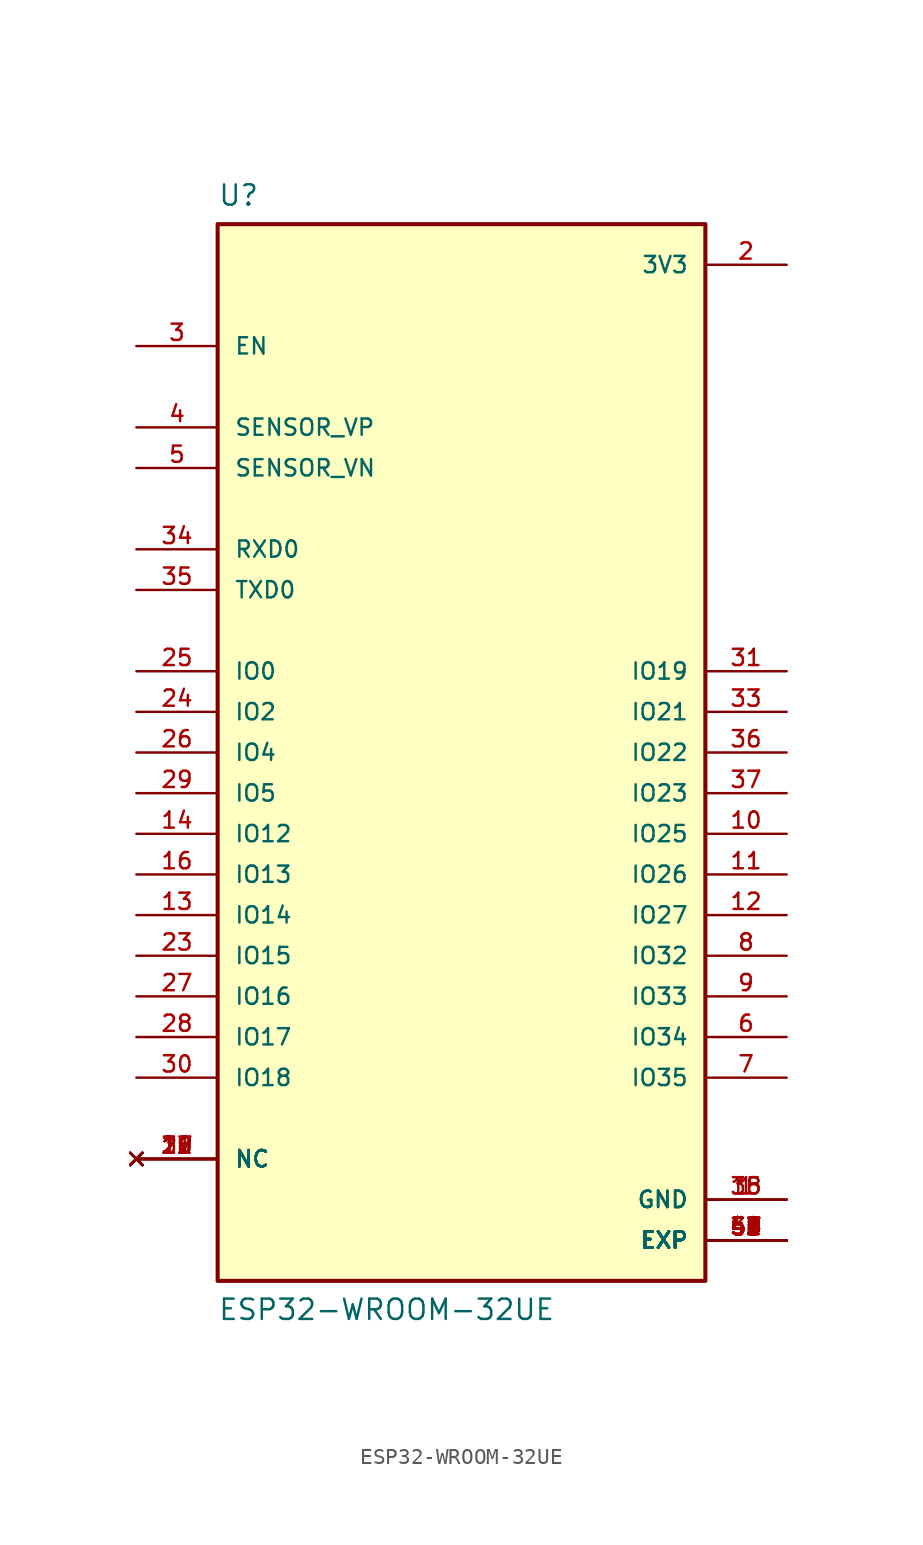
<source format=kicad_sym>
(kicad_symbol_lib
  (version 20211014)
  (generator kicad_symbol_editor)
  (symbol "ESP32-WROOM-32UE"
    (pin_names
      (offset 1.016))
    (property "Reference" "U"
      (at -15.24 35.56 0)
      (effects (font (size 1.27 1.27)) (justify top left)))
    (property "Value" "ESP32-WROOM-32UE"
      (at -15.24 -35.56 0)
      (effects (font (size 1.27 1.27)) (justify bottom left)))
    (symbol "ESP32-WROOM-32UE_0_0"
      (rectangle (start -15.24 -33.02) (end 15.24 33.02) (stroke (width 0.254)) (fill (type background)))
      (pin power_in line (at 20.32 30.48 180.0) (length 5.08) (name "3V3" (effects (font (size 1.016 1.016)))) (number "2" (effects (font (size 1.016 1.016)))))
      (pin power_in line (at 20.32 -27.94 180.0) (length 5.08) (name "GND" (effects (font (size 1.016 1.016)))) (number "1" (effects (font (size 1.016 1.016)))))
      (pin power_in line (at 20.32 -27.94 180.0) (length 5.08) (name "GND" (effects (font (size 1.016 1.016)))) (number "15" (effects (font (size 1.016 1.016)))))
      (pin power_in line (at 20.32 -27.94 180.0) (length 5.08) (name "GND" (effects (font (size 1.016 1.016)))) (number "38" (effects (font (size 1.016 1.016)))))
      (pin input line (at -20.32 25.4 0) (length 5.08) (name "EN" (effects (font (size 1.016 1.016)))) (number "3" (effects (font (size 1.016 1.016)))))
      (pin input line (at -20.32 20.32 0) (length 5.08) (name "SENSOR_VP" (effects (font (size 1.016 1.016)))) (number "4" (effects (font (size 1.016 1.016)))))
      (pin input line (at -20.32 17.78 0) (length 5.08) (name "SENSOR_VN" (effects (font (size 1.016 1.016)))) (number "5" (effects (font (size 1.016 1.016)))))
      (pin input line (at 20.32 -17.78 180.0) (length 5.08) (name "IO34" (effects (font (size 1.016 1.016)))) (number "6" (effects (font (size 1.016 1.016)))))
      (pin input line (at 20.32 -20.32 180.0) (length 5.08) (name "IO35" (effects (font (size 1.016 1.016)))) (number "7" (effects (font (size 1.016 1.016)))))
      (pin bidirectional line (at 20.32 -12.7 180.0) (length 5.08) (name "IO32" (effects (font (size 1.016 1.016)))) (number "8" (effects (font (size 1.016 1.016)))))
      (pin bidirectional line (at 20.32 -15.24 180.0) (length 5.08) (name "IO33" (effects (font (size 1.016 1.016)))) (number "9" (effects (font (size 1.016 1.016)))))
      (pin bidirectional line (at 20.32 -5.08 180.0) (length 5.08) (name "IO25" (effects (font (size 1.016 1.016)))) (number "10" (effects (font (size 1.016 1.016)))))
      (pin bidirectional line (at 20.32 -7.62 180.0) (length 5.08) (name "IO26" (effects (font (size 1.016 1.016)))) (number "11" (effects (font (size 1.016 1.016)))))
      (pin bidirectional line (at 20.32 -10.16 180.0) (length 5.08) (name "IO27" (effects (font (size 1.016 1.016)))) (number "12" (effects (font (size 1.016 1.016)))))
      (pin bidirectional line (at -20.32 -10.16 0) (length 5.08) (name "IO14" (effects (font (size 1.016 1.016)))) (number "13" (effects (font (size 1.016 1.016)))))
      (pin bidirectional line (at -20.32 -5.08 0) (length 5.08) (name "IO12" (effects (font (size 1.016 1.016)))) (number "14" (effects (font (size 1.016 1.016)))))
      (pin bidirectional line (at -20.32 -7.62 0) (length 5.08) (name "IO13" (effects (font (size 1.016 1.016)))) (number "16" (effects (font (size 1.016 1.016)))))
      (pin bidirectional line (at -20.32 -12.7 0) (length 5.08) (name "IO15" (effects (font (size 1.016 1.016)))) (number "23" (effects (font (size 1.016 1.016)))))
      (pin bidirectional line (at -20.32 2.54 0) (length 5.08) (name "IO2" (effects (font (size 1.016 1.016)))) (number "24" (effects (font (size 1.016 1.016)))))
      (pin bidirectional line (at -20.32 5.08 0) (length 5.08) (name "IO0" (effects (font (size 1.016 1.016)))) (number "25" (effects (font (size 1.016 1.016)))))
      (pin bidirectional line (at -20.32 0.0 0) (length 5.08) (name "IO4" (effects (font (size 1.016 1.016)))) (number "26" (effects (font (size 1.016 1.016)))))
      (pin bidirectional line (at -20.32 -15.24 0) (length 5.08) (name "IO16" (effects (font (size 1.016 1.016)))) (number "27" (effects (font (size 1.016 1.016)))))
      (pin bidirectional line (at -20.32 -17.78 0) (length 5.08) (name "IO17" (effects (font (size 1.016 1.016)))) (number "28" (effects (font (size 1.016 1.016)))))
      (pin bidirectional line (at -20.32 -2.54 0) (length 5.08) (name "IO5" (effects (font (size 1.016 1.016)))) (number "29" (effects (font (size 1.016 1.016)))))
      (pin bidirectional line (at -20.32 -20.32 0) (length 5.08) (name "IO18" (effects (font (size 1.016 1.016)))) (number "30" (effects (font (size 1.016 1.016)))))
      (pin bidirectional line (at 20.32 5.08 180.0) (length 5.08) (name "IO19" (effects (font (size 1.016 1.016)))) (number "31" (effects (font (size 1.016 1.016)))))
      (pin bidirectional line (at 20.32 2.54 180.0) (length 5.08) (name "IO21" (effects (font (size 1.016 1.016)))) (number "33" (effects (font (size 1.016 1.016)))))
      (pin bidirectional line (at 20.32 0.0 180.0) (length 5.08) (name "IO22" (effects (font (size 1.016 1.016)))) (number "36" (effects (font (size 1.016 1.016)))))
      (pin bidirectional line (at 20.32 -2.54 180.0) (length 5.08) (name "IO23" (effects (font (size 1.016 1.016)))) (number "37" (effects (font (size 1.016 1.016)))))
      (pin bidirectional line (at -20.32 12.7 0) (length 5.08) (name "RXD0" (effects (font (size 1.016 1.016)))) (number "34" (effects (font (size 1.016 1.016)))))
      (pin bidirectional line (at -20.32 10.16 0) (length 5.08) (name "TXD0" (effects (font (size 1.016 1.016)))) (number "35" (effects (font (size 1.016 1.016)))))
      (pin no_connect line (at -20.32 -25.4 0) (length 5.08) (name "NC" (effects (font (size 1.016 1.016)))) (number "17" (effects (font (size 1.016 1.016)))))
      (pin no_connect line (at -20.32 -25.4 0) (length 5.08) (name "NC" (effects (font (size 1.016 1.016)))) (number "18" (effects (font (size 1.016 1.016)))))
      (pin no_connect line (at -20.32 -25.4 0) (length 5.08) (name "NC" (effects (font (size 1.016 1.016)))) (number "19" (effects (font (size 1.016 1.016)))))
      (pin no_connect line (at -20.32 -25.4 0) (length 5.08) (name "NC" (effects (font (size 1.016 1.016)))) (number "20" (effects (font (size 1.016 1.016)))))
      (pin no_connect line (at -20.32 -25.4 0) (length 5.08) (name "NC" (effects (font (size 1.016 1.016)))) (number "21" (effects (font (size 1.016 1.016)))))
      (pin no_connect line (at -20.32 -25.4 0) (length 5.08) (name "NC" (effects (font (size 1.016 1.016)))) (number "22" (effects (font (size 1.016 1.016)))))
      (pin no_connect line (at -20.32 -25.4 0) (length 5.08) (name "NC" (effects (font (size 1.016 1.016)))) (number "32" (effects (font (size 1.016 1.016)))))
      (pin power_in line (at 20.32 -30.48 180.0) (length 5.08) (name "EXP" (effects (font (size 1.016 1.016)))) (number "39" (effects (font (size 1.016 1.016)))))
      (pin power_in line (at 20.32 -30.48 180.0) (length 5.08) (name "EXP" (effects (font (size 1.016 1.016)))) (number "40" (effects (font (size 1.016 1.016)))))
      (pin power_in line (at 20.32 -30.48 180.0) (length 5.08) (name "EXP" (effects (font (size 1.016 1.016)))) (number "41" (effects (font (size 1.016 1.016)))))
      (pin power_in line (at 20.32 -30.48 180.0) (length 5.08) (name "EXP" (effects (font (size 1.016 1.016)))) (number "42" (effects (font (size 1.016 1.016)))))
      (pin power_in line (at 20.32 -30.48 180.0) (length 5.08) (name "EXP" (effects (font (size 1.016 1.016)))) (number "43" (effects (font (size 1.016 1.016)))))
      (pin power_in line (at 20.32 -30.48 180.0) (length 5.08) (name "EXP" (effects (font (size 1.016 1.016)))) (number "44" (effects (font (size 1.016 1.016)))))
      (pin power_in line (at 20.32 -30.48 180.0) (length 5.08) (name "EXP" (effects (font (size 1.016 1.016)))) (number "45" (effects (font (size 1.016 1.016)))))
      (pin power_in line (at 20.32 -30.48 180.0) (length 5.08) (name "EXP" (effects (font (size 1.016 1.016)))) (number "46" (effects (font (size 1.016 1.016)))))
      (pin power_in line (at 20.32 -30.48 180.0) (length 5.08) (name "EXP" (effects (font (size 1.016 1.016)))) (number "47" (effects (font (size 1.016 1.016)))))
      (pin power_in line (at 20.32 -30.48 180.0) (length 5.08) (name "EXP" (effects (font (size 1.016 1.016)))) (number "48" (effects (font (size 1.016 1.016)))))
      (pin power_in line (at 20.32 -30.48 180.0) (length 5.08) (name "EXP" (effects (font (size 1.016 1.016)))) (number "49" (effects (font (size 1.016 1.016)))))
      (pin power_in line (at 20.32 -30.48 180.0) (length 5.08) (name "EXP" (effects (font (size 1.016 1.016)))) (number "50" (effects (font (size 1.016 1.016)))))
      (pin power_in line (at 20.32 -30.48 180.0) (length 5.08) (name "EXP" (effects (font (size 1.016 1.016)))) (number "51" (effects (font (size 1.016 1.016)))))
      (pin power_in line (at 20.32 -30.48 180.0) (length 5.08) (name "EXP" (effects (font (size 1.016 1.016)))) (number "52" (effects (font (size 1.016 1.016)))))
      (pin power_in line (at 20.32 -30.48 180.0) (length 5.08) (name "EXP" (effects (font (size 1.016 1.016)))) (number "53" (effects (font (size 1.016 1.016)))))
      (pin power_in line (at 20.32 -30.48 180.0) (length 5.08) (name "EXP" (effects (font (size 1.016 1.016)))) (number "54" (effects (font (size 1.016 1.016)))))
      (pin power_in line (at 20.32 -30.48 180.0) (length 5.08) (name "EXP" (effects (font (size 1.016 1.016)))) (number "55" (effects (font (size 1.016 1.016)))))
      (pin power_in line (at 20.32 -30.48 180.0) (length 5.08) (name "EXP" (effects (font (size 1.016 1.016)))) (number "56" (effects (font (size 1.016 1.016)))))
      (pin power_in line (at 20.32 -30.48 180.0) (length 5.08) (name "EXP" (effects (font (size 1.016 1.016)))) (number "57" (effects (font (size 1.016 1.016)))))
      (pin power_in line (at 20.32 -30.48 180.0) (length 5.08) (name "EXP" (effects (font (size 1.016 1.016)))) (number "58" (effects (font (size 1.016 1.016)))))
      (pin power_in line (at 20.32 -30.48 180.0) (length 5.08) (name "EXP" (effects (font (size 1.016 1.016)))) (number "59" (effects (font (size 1.016 1.016))))))))
</source>
